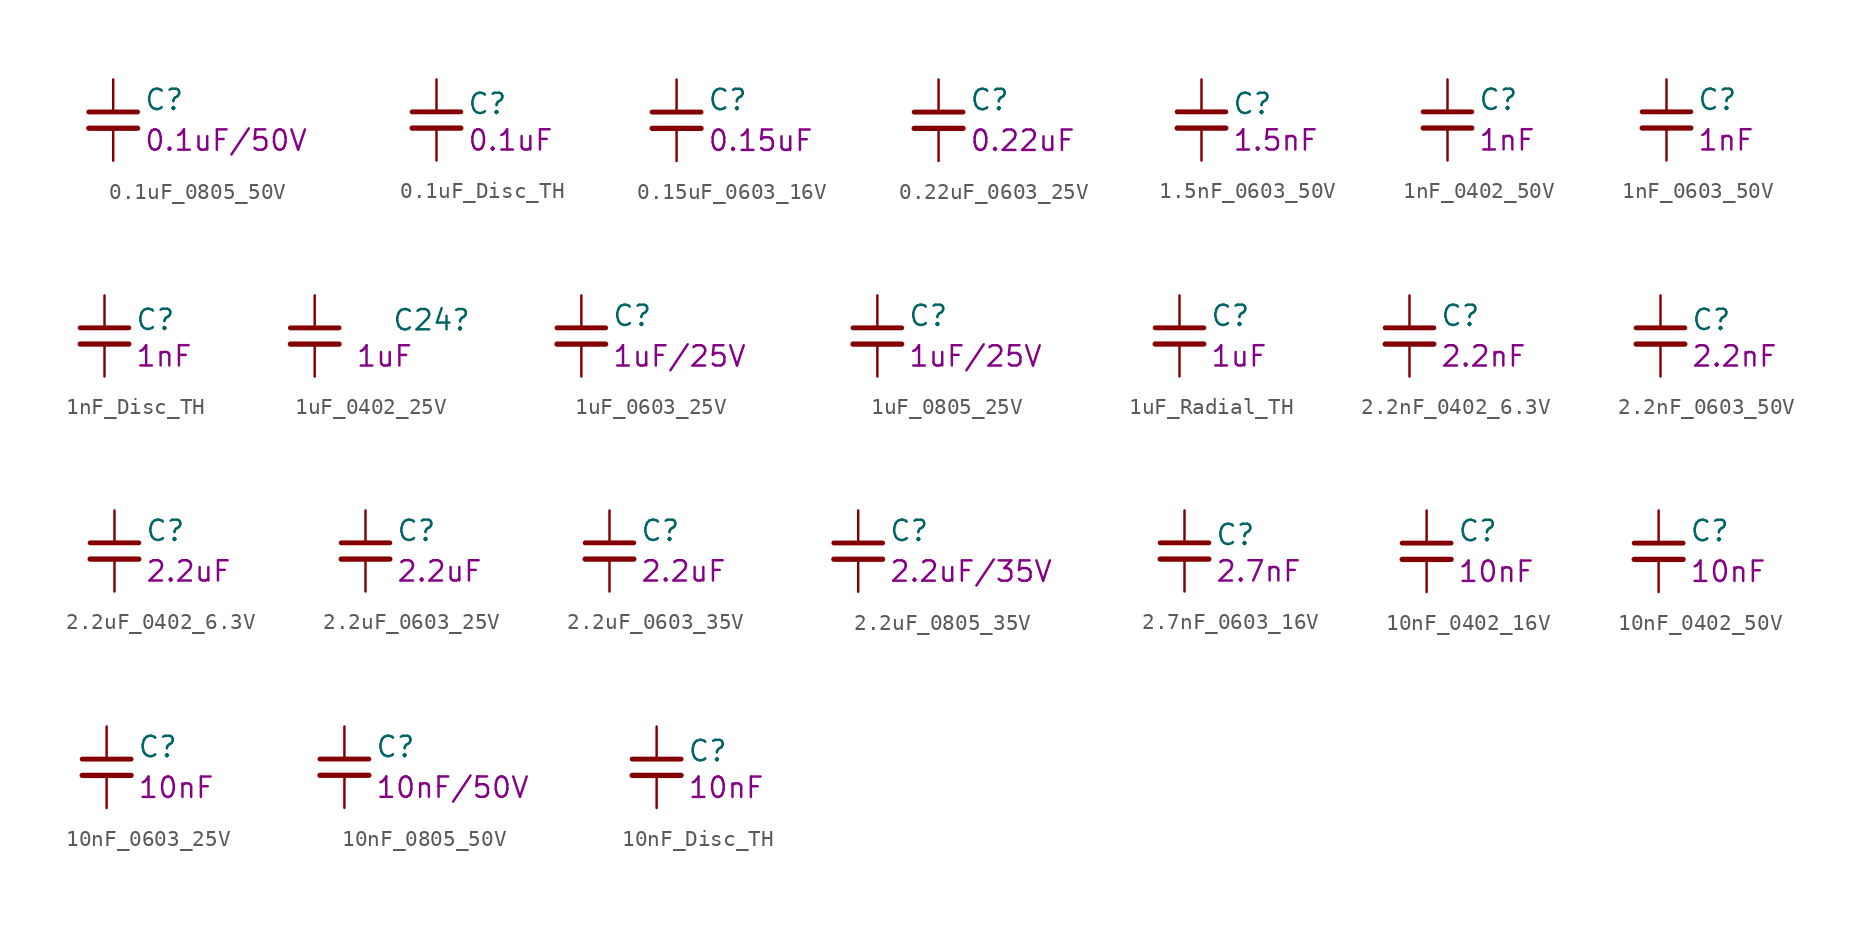
<source format=kicad_sym>
(kicad_symbol_lib
  (version 20211014)
  (generator kicad_symbol_editor)
  (symbol "0.1uF_0805_50V"
    (pin_numbers hide)
    (pin_names
      (offset 0.254))
    (property "Reference" "C"
      (at 1.905 1.27 0)
      (effects (font (size 1.27 1.27)) (justify left)))
    (property "Display" "0.1uF/50V"
      (at 1.905 -1.27 0)
      (effects (font (size 1.27 1.27)) (justify left)))
    (symbol "0.1uF_0805_50V_1_1"
      (polyline (pts (xy -1.524 -0.508) (xy 1.524 -0.508)) (stroke (width 0.33) (type default) (color 0 0 0 0)) (fill (type none)))
      (polyline (pts (xy -1.524 0.508) (xy 1.524 0.508)) (stroke (width 0.305) (type default) (color 0 0 0 0)) (fill (type none)))
      (pin passive line (at 0 2.54 270) (length 2.032) (name "~" (effects (font (size 1.27 1.27)))) (number "1" (effects (font (size 1.27 1.27)))))
      (pin passive line (at 0 -2.54 90) (length 2.032) (name "~" (effects (font (size 1.27 1.27)))) (number "2" (effects (font (size 1.27 1.27)))))))
  (symbol "0.1uF_Disc_TH"
    (pin_numbers hide)
    (pin_names
      (offset 0.254) hide)
    (property "Reference" "C"
      (at 1.905 1.016 0)
      (effects (font (size 1.27 1.27)) (justify left)))
    (property "Display" "0.1uF"
      (at 1.905 -1.27 0)
      (effects (font (size 1.27 1.27)) (justify left)))
    (symbol "0.1uF_Disc_TH_0_1"
      (polyline (pts (xy -1.524 -0.508) (xy 1.524 -0.508)) (stroke (width 0.33) (type default) (color 0 0 0 0)) (fill (type none)))
      (polyline (pts (xy -1.524 0.508) (xy 1.524 0.508)) (stroke (width 0.305) (type default) (color 0 0 0 0)) (fill (type none))))
    (symbol "0.1uF_Disc_TH_1_1"
      (pin passive line (at 0 2.54 270) (length 2.032) (name "~" (effects (font (size 1.27 1.27)))) (number "1" (effects (font (size 1.27 1.27)))))
      (pin passive line (at 0 -2.54 90) (length 2.032) (name "~" (effects (font (size 1.27 1.27)))) (number "2" (effects (font (size 1.27 1.27)))))))
  (symbol "0.15uF_0603_16V"
    (pin_numbers hide)
    (pin_names
      (offset 0.254) hide)
    (property "Reference" "C"
      (at 1.905 1.27 0)
      (effects (font (size 1.27 1.27)) (justify left)))
    (property "Display" "0.15uF"
      (at 1.905 -1.27 0)
      (effects (font (size 1.27 1.27)) (justify left)))
    (symbol "0.15uF_0603_16V_0_1"
      (polyline (pts (xy -1.524 -0.508) (xy 1.524 -0.508)) (stroke (width 0.33) (type default) (color 0 0 0 0)) (fill (type none)))
      (polyline (pts (xy -1.524 0.508) (xy 1.524 0.508)) (stroke (width 0.305) (type default) (color 0 0 0 0)) (fill (type none))))
    (symbol "0.15uF_0603_16V_1_1"
      (pin passive line (at 0 2.54 270) (length 2.032) (name "~" (effects (font (size 1.27 1.27)))) (number "1" (effects (font (size 1.27 1.27)))))
      (pin passive line (at 0 -2.54 90) (length 2.032) (name "~" (effects (font (size 1.27 1.27)))) (number "2" (effects (font (size 1.27 1.27)))))))
  (symbol "0.22uF_0603_25V"
    (pin_numbers hide)
    (pin_names
      (offset 0.254) hide)
    (property "Reference" "C"
      (at 1.905 1.27 0)
      (effects (font (size 1.27 1.27)) (justify left)))
    (property "Display" "0.22uF"
      (at 1.905 -1.27 0)
      (effects (font (size 1.27 1.27)) (justify left)))
    (symbol "0.22uF_0603_25V_0_1"
      (polyline (pts (xy -1.524 -0.508) (xy 1.524 -0.508)) (stroke (width 0.33) (type default) (color 0 0 0 0)) (fill (type none)))
      (polyline (pts (xy -1.524 0.508) (xy 1.524 0.508)) (stroke (width 0.305) (type default) (color 0 0 0 0)) (fill (type none))))
    (symbol "0.22uF_0603_25V_1_1"
      (pin passive line (at 0 2.54 270) (length 2.032) (name "~" (effects (font (size 1.27 1.27)))) (number "1" (effects (font (size 1.27 1.27)))))
      (pin passive line (at 0 -2.54 90) (length 2.032) (name "~" (effects (font (size 1.27 1.27)))) (number "2" (effects (font (size 1.27 1.27)))))))
  (symbol "1.5nF_0603_50V"
    (pin_numbers hide)
    (pin_names
      (offset 0.254) hide)
    (property "Reference" "C"
      (at 1.905 1.016 0)
      (effects (font (size 1.27 1.27)) (justify left)))
    (property "Display" "1.5nF"
      (at 1.905 -1.27 0)
      (effects (font (size 1.27 1.27)) (justify left)))
    (symbol "1.5nF_0603_50V_0_1"
      (polyline (pts (xy -1.524 -0.508) (xy 1.524 -0.508)) (stroke (width 0.33) (type default) (color 0 0 0 0)) (fill (type none)))
      (polyline (pts (xy -1.524 0.508) (xy 1.524 0.508)) (stroke (width 0.305) (type default) (color 0 0 0 0)) (fill (type none))))
    (symbol "1.5nF_0603_50V_1_1"
      (pin passive line (at 0 2.54 270) (length 2.032) (name "~" (effects (font (size 1.27 1.27)))) (number "1" (effects (font (size 1.27 1.27)))))
      (pin passive line (at 0 -2.54 90) (length 2.032) (name "~" (effects (font (size 1.27 1.27)))) (number "2" (effects (font (size 1.27 1.27)))))))
  (symbol "1nF_0402_50V"
    (pin_numbers hide)
    (pin_names
      (offset 0.254) hide)
    (property "Reference" "C"
      (at 1.905 1.27 0)
      (effects (font (size 1.27 1.27)) (justify left)))
    (property "Display" "1nF"
      (at 1.905 -1.27 0)
      (effects (font (size 1.27 1.27)) (justify left)))
    (symbol "1nF_0402_50V_0_1"
      (polyline (pts (xy -1.524 -0.508) (xy 1.524 -0.508)) (stroke (width 0.33) (type default) (color 0 0 0 0)) (fill (type none)))
      (polyline (pts (xy -1.524 0.508) (xy 1.524 0.508)) (stroke (width 0.305) (type default) (color 0 0 0 0)) (fill (type none))))
    (symbol "1nF_0402_50V_1_1"
      (pin passive line (at 0 2.54 270) (length 2.032) (name "~" (effects (font (size 1.27 1.27)))) (number "1" (effects (font (size 1.27 1.27)))))
      (pin passive line (at 0 -2.54 90) (length 2.032) (name "~" (effects (font (size 1.27 1.27)))) (number "2" (effects (font (size 1.27 1.27)))))))
  (symbol "1nF_0603_50V"
    (pin_numbers hide)
    (pin_names
      (offset 0.254) hide)
    (property "Reference" "C"
      (at 1.905 1.27 0)
      (effects (font (size 1.27 1.27)) (justify left)))
    (property "Display" "1nF"
      (at 1.905 -1.27 0)
      (effects (font (size 1.27 1.27)) (justify left)))
    (symbol "1nF_0603_50V_0_1"
      (polyline (pts (xy -1.524 -0.508) (xy 1.524 -0.508)) (stroke (width 0.33) (type default) (color 0 0 0 0)) (fill (type none)))
      (polyline (pts (xy -1.524 0.508) (xy 1.524 0.508)) (stroke (width 0.305) (type default) (color 0 0 0 0)) (fill (type none))))
    (symbol "1nF_0603_50V_1_1"
      (pin passive line (at 0 2.54 270) (length 2.032) (name "~" (effects (font (size 1.27 1.27)))) (number "1" (effects (font (size 1.27 1.27)))))
      (pin passive line (at 0 -2.54 90) (length 2.032) (name "~" (effects (font (size 1.27 1.27)))) (number "2" (effects (font (size 1.27 1.27)))))))
  (symbol "1nF_Disc_TH"
    (pin_numbers hide)
    (pin_names
      (offset 0.254) hide)
    (property "Reference" "C"
      (at 1.905 1.016 0)
      (effects (font (size 1.27 1.27)) (justify left)))
    (property "Display" "1nF"
      (at 1.905 -1.27 0)
      (effects (font (size 1.27 1.27)) (justify left)))
    (symbol "1nF_Disc_TH_0_1"
      (polyline (pts (xy -1.524 -0.508) (xy 1.524 -0.508)) (stroke (width 0.33) (type default) (color 0 0 0 0)) (fill (type none)))
      (polyline (pts (xy -1.524 0.508) (xy 1.524 0.508)) (stroke (width 0.305) (type default) (color 0 0 0 0)) (fill (type none))))
    (symbol "1nF_Disc_TH_1_1"
      (pin passive line (at 0 2.54 270) (length 2.032) (name "~" (effects (font (size 1.27 1.27)))) (number "1" (effects (font (size 1.27 1.27)))))
      (pin passive line (at 0 -2.54 90) (length 2.032) (name "~" (effects (font (size 1.27 1.27)))) (number "2" (effects (font (size 1.27 1.27)))))))
  (symbol "1uF_0402_25V"
    (pin_numbers hide)
    (pin_names
      (offset 0.254) hide)
    (property "Reference" "C24"
      (at 4.826 0.254 0)
      (effects (font (size 1.27 1.27)) (justify left bottom)))
    (property "Display" "1uF"
      (at 2.54 -1.27 0)
      (effects (font (size 1.27 1.27)) (justify left)))
    (symbol "1uF_0402_25V_0_1"
      (polyline (pts (xy -1.524 -0.508) (xy 1.524 -0.508)) (stroke (width 0.33) (type default) (color 0 0 0 0)) (fill (type none)))
      (polyline (pts (xy -1.524 0.508) (xy 1.524 0.508)) (stroke (width 0.305) (type default) (color 0 0 0 0)) (fill (type none))))
    (symbol "1uF_0402_25V_1_1"
      (pin passive line (at 0 2.54 270) (length 2.032) (name "~" (effects (font (size 1.27 1.27)))) (number "1" (effects (font (size 1.27 1.27)))))
      (pin passive line (at 0 -2.54 90) (length 2.032) (name "~" (effects (font (size 1.27 1.27)))) (number "2" (effects (font (size 1.27 1.27)))))))
  (symbol "1uF_0603_25V"
    (pin_numbers hide)
    (pin_names
      (offset 0.254) hide)
    (property "Reference" "C"
      (at 1.905 1.27 0)
      (effects (font (size 1.27 1.27)) (justify left)))
    (property "Display" "1uF/25V"
      (at 1.905 -1.27 0)
      (effects (font (size 1.27 1.27)) (justify left)))
    (symbol "1uF_0603_25V_0_1"
      (polyline (pts (xy -1.524 -0.508) (xy 1.524 -0.508)) (stroke (width 0.33) (type default) (color 0 0 0 0)) (fill (type none)))
      (polyline (pts (xy -1.524 0.508) (xy 1.524 0.508)) (stroke (width 0.305) (type default) (color 0 0 0 0)) (fill (type none))))
    (symbol "1uF_0603_25V_1_1"
      (pin passive line (at 0 2.54 270) (length 2.032) (name "~" (effects (font (size 1.27 1.27)))) (number "1" (effects (font (size 1.27 1.27)))))
      (pin passive line (at 0 -2.54 90) (length 2.032) (name "~" (effects (font (size 1.27 1.27)))) (number "2" (effects (font (size 1.27 1.27)))))))
  (symbol "1uF_0805_25V"
    (pin_numbers hide)
    (pin_names
      (offset 0.254))
    (property "Reference" "C"
      (at 1.905 1.27 0)
      (effects (font (size 1.27 1.27)) (justify left)))
    (property "Display" "1uF/25V"
      (at 1.905 -1.27 0)
      (effects (font (size 1.27 1.27)) (justify left)))
    (symbol "1uF_0805_25V_1_1"
      (polyline (pts (xy -1.524 -0.508) (xy 1.524 -0.508)) (stroke (width 0.33) (type default) (color 0 0 0 0)) (fill (type none)))
      (polyline (pts (xy -1.524 0.508) (xy 1.524 0.508)) (stroke (width 0.305) (type default) (color 0 0 0 0)) (fill (type none)))
      (pin passive line (at 0 2.54 270) (length 2.032) (name "~" (effects (font (size 1.27 1.27)))) (number "1" (effects (font (size 1.27 1.27)))))
      (pin passive line (at 0 -2.54 90) (length 2.032) (name "~" (effects (font (size 1.27 1.27)))) (number "2" (effects (font (size 1.27 1.27)))))))
  (symbol "1uF_Radial_TH"
    (pin_numbers hide)
    (pin_names
      (offset 0.254))
    (property "Reference" "C"
      (at 1.905 1.27 0)
      (effects (font (size 1.27 1.27)) (justify left)))
    (property "Display" "1uF"
      (at 1.905 -1.27 0)
      (effects (font (size 1.27 1.27)) (justify left)))
    (symbol "1uF_Radial_TH_1_1"
      (polyline (pts (xy -1.524 -0.508) (xy 1.524 -0.508)) (stroke (width 0.33) (type default) (color 0 0 0 0)) (fill (type none)))
      (polyline (pts (xy -1.524 0.508) (xy 1.524 0.508)) (stroke (width 0.305) (type default) (color 0 0 0 0)) (fill (type none)))
      (pin passive line (at 0 2.54 270) (length 2.032) (name "~" (effects (font (size 1.27 1.27)))) (number "1" (effects (font (size 1.27 1.27)))))
      (pin passive line (at 0 -2.54 90) (length 2.032) (name "~" (effects (font (size 1.27 1.27)))) (number "2" (effects (font (size 1.27 1.27)))))))
  (symbol "2.2nF_0402_6.3V"
    (pin_numbers hide)
    (pin_names
      (offset 0.254) hide)
    (property "Reference" "C"
      (at 1.905 1.27 0)
      (effects (font (size 1.27 1.27)) (justify left)))
    (property "Display" "2.2nF"
      (at 1.905 -1.27 0)
      (effects (font (size 1.27 1.27)) (justify left)))
    (symbol "2.2nF_0402_6.3V_0_1"
      (polyline (pts (xy -1.524 -0.508) (xy 1.524 -0.508)) (stroke (width 0.33) (type default) (color 0 0 0 0)) (fill (type none)))
      (polyline (pts (xy -1.524 0.508) (xy 1.524 0.508)) (stroke (width 0.305) (type default) (color 0 0 0 0)) (fill (type none))))
    (symbol "2.2nF_0402_6.3V_1_1"
      (pin passive line (at 0 2.54 270) (length 2.032) (name "~" (effects (font (size 1.27 1.27)))) (number "1" (effects (font (size 1.27 1.27)))))
      (pin passive line (at 0 -2.54 90) (length 2.032) (name "~" (effects (font (size 1.27 1.27)))) (number "2" (effects (font (size 1.27 1.27)))))))
  (symbol "2.2nF_0603_50V"
    (pin_numbers hide)
    (pin_names
      (offset 0.254) hide)
    (property "Reference" "C"
      (at 1.905 1.016 0)
      (effects (font (size 1.27 1.27)) (justify left)))
    (property "Display" "2.2nF"
      (at 1.905 -1.27 0)
      (effects (font (size 1.27 1.27)) (justify left)))
    (symbol "2.2nF_0603_50V_0_1"
      (polyline (pts (xy -1.524 -0.508) (xy 1.524 -0.508)) (stroke (width 0.33) (type default) (color 0 0 0 0)) (fill (type none)))
      (polyline (pts (xy -1.524 0.508) (xy 1.524 0.508)) (stroke (width 0.305) (type default) (color 0 0 0 0)) (fill (type none))))
    (symbol "2.2nF_0603_50V_1_1"
      (pin passive line (at 0 2.54 270) (length 2.032) (name "~" (effects (font (size 1.27 1.27)))) (number "1" (effects (font (size 1.27 1.27)))))
      (pin passive line (at 0 -2.54 90) (length 2.032) (name "~" (effects (font (size 1.27 1.27)))) (number "2" (effects (font (size 1.27 1.27)))))))
  (symbol "2.2uF_0402_6.3V"
    (pin_numbers hide)
    (pin_names
      (offset 0.254) hide)
    (property "Reference" "C"
      (at 1.905 1.27 0)
      (effects (font (size 1.27 1.27)) (justify left)))
    (property "Display" "2.2uF"
      (at 1.905 -1.27 0)
      (effects (font (size 1.27 1.27)) (justify left)))
    (symbol "2.2uF_0402_6.3V_0_1"
      (polyline (pts (xy -1.524 -0.508) (xy 1.524 -0.508)) (stroke (width 0.33) (type default) (color 0 0 0 0)) (fill (type none)))
      (polyline (pts (xy -1.524 0.508) (xy 1.524 0.508)) (stroke (width 0.305) (type default) (color 0 0 0 0)) (fill (type none))))
    (symbol "2.2uF_0402_6.3V_1_1"
      (pin passive line (at 0 2.54 270) (length 2.032) (name "~" (effects (font (size 1.27 1.27)))) (number "1" (effects (font (size 1.27 1.27)))))
      (pin passive line (at 0 -2.54 90) (length 2.032) (name "~" (effects (font (size 1.27 1.27)))) (number "2" (effects (font (size 1.27 1.27)))))))
  (symbol "2.2uF_0603_25V"
    (pin_numbers hide)
    (pin_names
      (offset 0.254) hide)
    (property "Reference" "C"
      (at 1.905 1.27 0)
      (effects (font (size 1.27 1.27)) (justify left)))
    (property "Display" "2.2uF"
      (at 1.905 -1.27 0)
      (effects (font (size 1.27 1.27)) (justify left)))
    (symbol "2.2uF_0603_25V_0_1"
      (polyline (pts (xy -1.524 -0.508) (xy 1.524 -0.508)) (stroke (width 0.33) (type default) (color 0 0 0 0)) (fill (type none)))
      (polyline (pts (xy -1.524 0.508) (xy 1.524 0.508)) (stroke (width 0.305) (type default) (color 0 0 0 0)) (fill (type none))))
    (symbol "2.2uF_0603_25V_1_1"
      (pin passive line (at 0 2.54 270) (length 2.032) (name "~" (effects (font (size 1.27 1.27)))) (number "1" (effects (font (size 1.27 1.27)))))
      (pin passive line (at 0 -2.54 90) (length 2.032) (name "~" (effects (font (size 1.27 1.27)))) (number "2" (effects (font (size 1.27 1.27)))))))
  (symbol "2.2uF_0603_35V"
    (pin_numbers hide)
    (pin_names
      (offset 0.254) hide)
    (property "Reference" "C"
      (at 1.905 1.27 0)
      (effects (font (size 1.27 1.27)) (justify left)))
    (property "Display" "2.2uF"
      (at 1.905 -1.27 0)
      (effects (font (size 1.27 1.27)) (justify left)))
    (symbol "2.2uF_0603_35V_0_1"
      (polyline (pts (xy -1.524 -0.508) (xy 1.524 -0.508)) (stroke (width 0.33) (type default) (color 0 0 0 0)) (fill (type none)))
      (polyline (pts (xy -1.524 0.508) (xy 1.524 0.508)) (stroke (width 0.305) (type default) (color 0 0 0 0)) (fill (type none))))
    (symbol "2.2uF_0603_35V_1_1"
      (pin passive line (at 0 2.54 270) (length 2.032) (name "~" (effects (font (size 1.27 1.27)))) (number "1" (effects (font (size 1.27 1.27)))))
      (pin passive line (at 0 -2.54 90) (length 2.032) (name "~" (effects (font (size 1.27 1.27)))) (number "2" (effects (font (size 1.27 1.27)))))))
  (symbol "2.2uF_0805_35V"
    (pin_numbers hide)
    (pin_names
      (offset 0.254) hide)
    (property "Reference" "C"
      (at 1.905 1.27 0)
      (effects (font (size 1.27 1.27)) (justify left)))
    (property "Display" "2.2uF/35V"
      (at 1.905 -1.27 0)
      (effects (font (size 1.27 1.27)) (justify left)))
    (symbol "2.2uF_0805_35V_0_1"
      (polyline (pts (xy -1.524 -0.508) (xy 1.524 -0.508)) (stroke (width 0.33) (type default) (color 0 0 0 0)) (fill (type none)))
      (polyline (pts (xy -1.524 0.508) (xy 1.524 0.508)) (stroke (width 0.305) (type default) (color 0 0 0 0)) (fill (type none))))
    (symbol "2.2uF_0805_35V_1_1"
      (pin passive line (at 0 2.54 270) (length 2.032) (name "~" (effects (font (size 1.27 1.27)))) (number "1" (effects (font (size 1.27 1.27)))))
      (pin passive line (at 0 -2.54 90) (length 2.032) (name "~" (effects (font (size 1.27 1.27)))) (number "2" (effects (font (size 1.27 1.27)))))))
  (symbol "2.7nF_0603_16V"
    (pin_numbers hide)
    (pin_names
      (offset 0.254) hide)
    (property "Reference" "C"
      (at 1.905 1.016 0)
      (effects (font (size 1.27 1.27)) (justify left)))
    (property "Display" "2.7nF"
      (at 1.905 -1.27 0)
      (effects (font (size 1.27 1.27)) (justify left)))
    (symbol "2.7nF_0603_16V_0_1"
      (polyline (pts (xy -1.524 -0.508) (xy 1.524 -0.508)) (stroke (width 0.33) (type default) (color 0 0 0 0)) (fill (type none)))
      (polyline (pts (xy -1.524 0.508) (xy 1.524 0.508)) (stroke (width 0.305) (type default) (color 0 0 0 0)) (fill (type none))))
    (symbol "2.7nF_0603_16V_1_1"
      (pin passive line (at 0 2.54 270) (length 2.032) (name "~" (effects (font (size 1.27 1.27)))) (number "1" (effects (font (size 1.27 1.27)))))
      (pin passive line (at 0 -2.54 90) (length 2.032) (name "~" (effects (font (size 1.27 1.27)))) (number "2" (effects (font (size 1.27 1.27)))))))
  (symbol "10nF_0402_16V"
    (pin_numbers hide)
    (pin_names
      (offset 0.254) hide)
    (property "Reference" "C"
      (at 1.905 1.27 0)
      (effects (font (size 1.27 1.27)) (justify left)))
    (property "Display" "10nF"
      (at 1.905 -1.27 0)
      (effects (font (size 1.27 1.27)) (justify left)))
    (symbol "10nF_0402_16V_0_1"
      (polyline (pts (xy -1.524 -0.508) (xy 1.524 -0.508)) (stroke (width 0.33) (type default) (color 0 0 0 0)) (fill (type none)))
      (polyline (pts (xy -1.524 0.508) (xy 1.524 0.508)) (stroke (width 0.305) (type default) (color 0 0 0 0)) (fill (type none))))
    (symbol "10nF_0402_16V_1_1"
      (pin passive line (at 0 2.54 270) (length 2.032) (name "~" (effects (font (size 1.27 1.27)))) (number "1" (effects (font (size 1.27 1.27)))))
      (pin passive line (at 0 -2.54 90) (length 2.032) (name "~" (effects (font (size 1.27 1.27)))) (number "2" (effects (font (size 1.27 1.27)))))))
  (symbol "10nF_0402_50V"
    (pin_numbers hide)
    (pin_names
      (offset 0.254) hide)
    (property "Reference" "C"
      (at 1.905 1.27 0)
      (effects (font (size 1.27 1.27)) (justify left)))
    (property "Display" "10nF"
      (at 1.905 -1.27 0)
      (effects (font (size 1.27 1.27)) (justify left)))
    (symbol "10nF_0402_50V_0_1"
      (polyline (pts (xy -1.524 -0.508) (xy 1.524 -0.508)) (stroke (width 0.33) (type default) (color 0 0 0 0)) (fill (type none)))
      (polyline (pts (xy -1.524 0.508) (xy 1.524 0.508)) (stroke (width 0.305) (type default) (color 0 0 0 0)) (fill (type none))))
    (symbol "10nF_0402_50V_1_1"
      (pin passive line (at 0 2.54 270) (length 2.032) (name "~" (effects (font (size 1.27 1.27)))) (number "1" (effects (font (size 1.27 1.27)))))
      (pin passive line (at 0 -2.54 90) (length 2.032) (name "~" (effects (font (size 1.27 1.27)))) (number "2" (effects (font (size 1.27 1.27)))))))
  (symbol "10nF_0603_25V"
    (pin_numbers hide)
    (pin_names
      (offset 0.254) hide)
    (property "Reference" "C"
      (at 1.905 1.27 0)
      (effects (font (size 1.27 1.27)) (justify left)))
    (property "Display" "10nF"
      (at 1.905 -1.27 0)
      (effects (font (size 1.27 1.27)) (justify left)))
    (symbol "10nF_0603_25V_0_1"
      (polyline (pts (xy -1.524 -0.508) (xy 1.524 -0.508)) (stroke (width 0.33) (type default) (color 0 0 0 0)) (fill (type none)))
      (polyline (pts (xy -1.524 0.508) (xy 1.524 0.508)) (stroke (width 0.305) (type default) (color 0 0 0 0)) (fill (type none))))
    (symbol "10nF_0603_25V_1_1"
      (pin passive line (at 0 2.54 270) (length 2.032) (name "~" (effects (font (size 1.27 1.27)))) (number "1" (effects (font (size 1.27 1.27)))))
      (pin passive line (at 0 -2.54 90) (length 2.032) (name "~" (effects (font (size 1.27 1.27)))) (number "2" (effects (font (size 1.27 1.27)))))))
  (symbol "10nF_0805_50V"
    (pin_numbers hide)
    (pin_names
      (offset 0.254))
    (property "Reference" "C"
      (at 1.905 1.27 0)
      (effects (font (size 1.27 1.27)) (justify left)))
    (property "Display" "10nF/50V"
      (at 1.905 -1.27 0)
      (effects (font (size 1.27 1.27)) (justify left)))
    (symbol "10nF_0805_50V_1_1"
      (polyline (pts (xy -1.524 -0.508) (xy 1.524 -0.508)) (stroke (width 0.33) (type default) (color 0 0 0 0)) (fill (type none)))
      (polyline (pts (xy -1.524 0.508) (xy 1.524 0.508)) (stroke (width 0.305) (type default) (color 0 0 0 0)) (fill (type none)))
      (pin passive line (at 0 2.54 270) (length 2.032) (name "~" (effects (font (size 1.27 1.27)))) (number "1" (effects (font (size 1.27 1.27)))))
      (pin passive line (at 0 -2.54 90) (length 2.032) (name "~" (effects (font (size 1.27 1.27)))) (number "2" (effects (font (size 1.27 1.27)))))))
  (symbol "10nF_Disc_TH"
    (pin_numbers hide)
    (pin_names
      (offset 0.254) hide)
    (property "Reference" "C"
      (at 1.905 1.016 0)
      (effects (font (size 1.27 1.27)) (justify left)))
    (property "Display" "10nF"
      (at 1.905 -1.27 0)
      (effects (font (size 1.27 1.27)) (justify left)))
    (symbol "10nF_Disc_TH_0_1"
      (polyline (pts (xy -1.524 -0.508) (xy 1.524 -0.508)) (stroke (width 0.33) (type default) (color 0 0 0 0)) (fill (type none)))
      (polyline (pts (xy -1.524 0.508) (xy 1.524 0.508)) (stroke (width 0.305) (type default) (color 0 0 0 0)) (fill (type none))))
    (symbol "10nF_Disc_TH_1_1"
      (pin passive line (at 0 2.54 270) (length 2.032) (name "~" (effects (font (size 1.27 1.27)))) (number "1" (effects (font (size 1.27 1.27)))))
      (pin passive line (at 0 -2.54 90) (length 2.032) (name "~" (effects (font (size 1.27 1.27)))) (number "2" (effects (font (size 1.27 1.27))))))))
</source>
